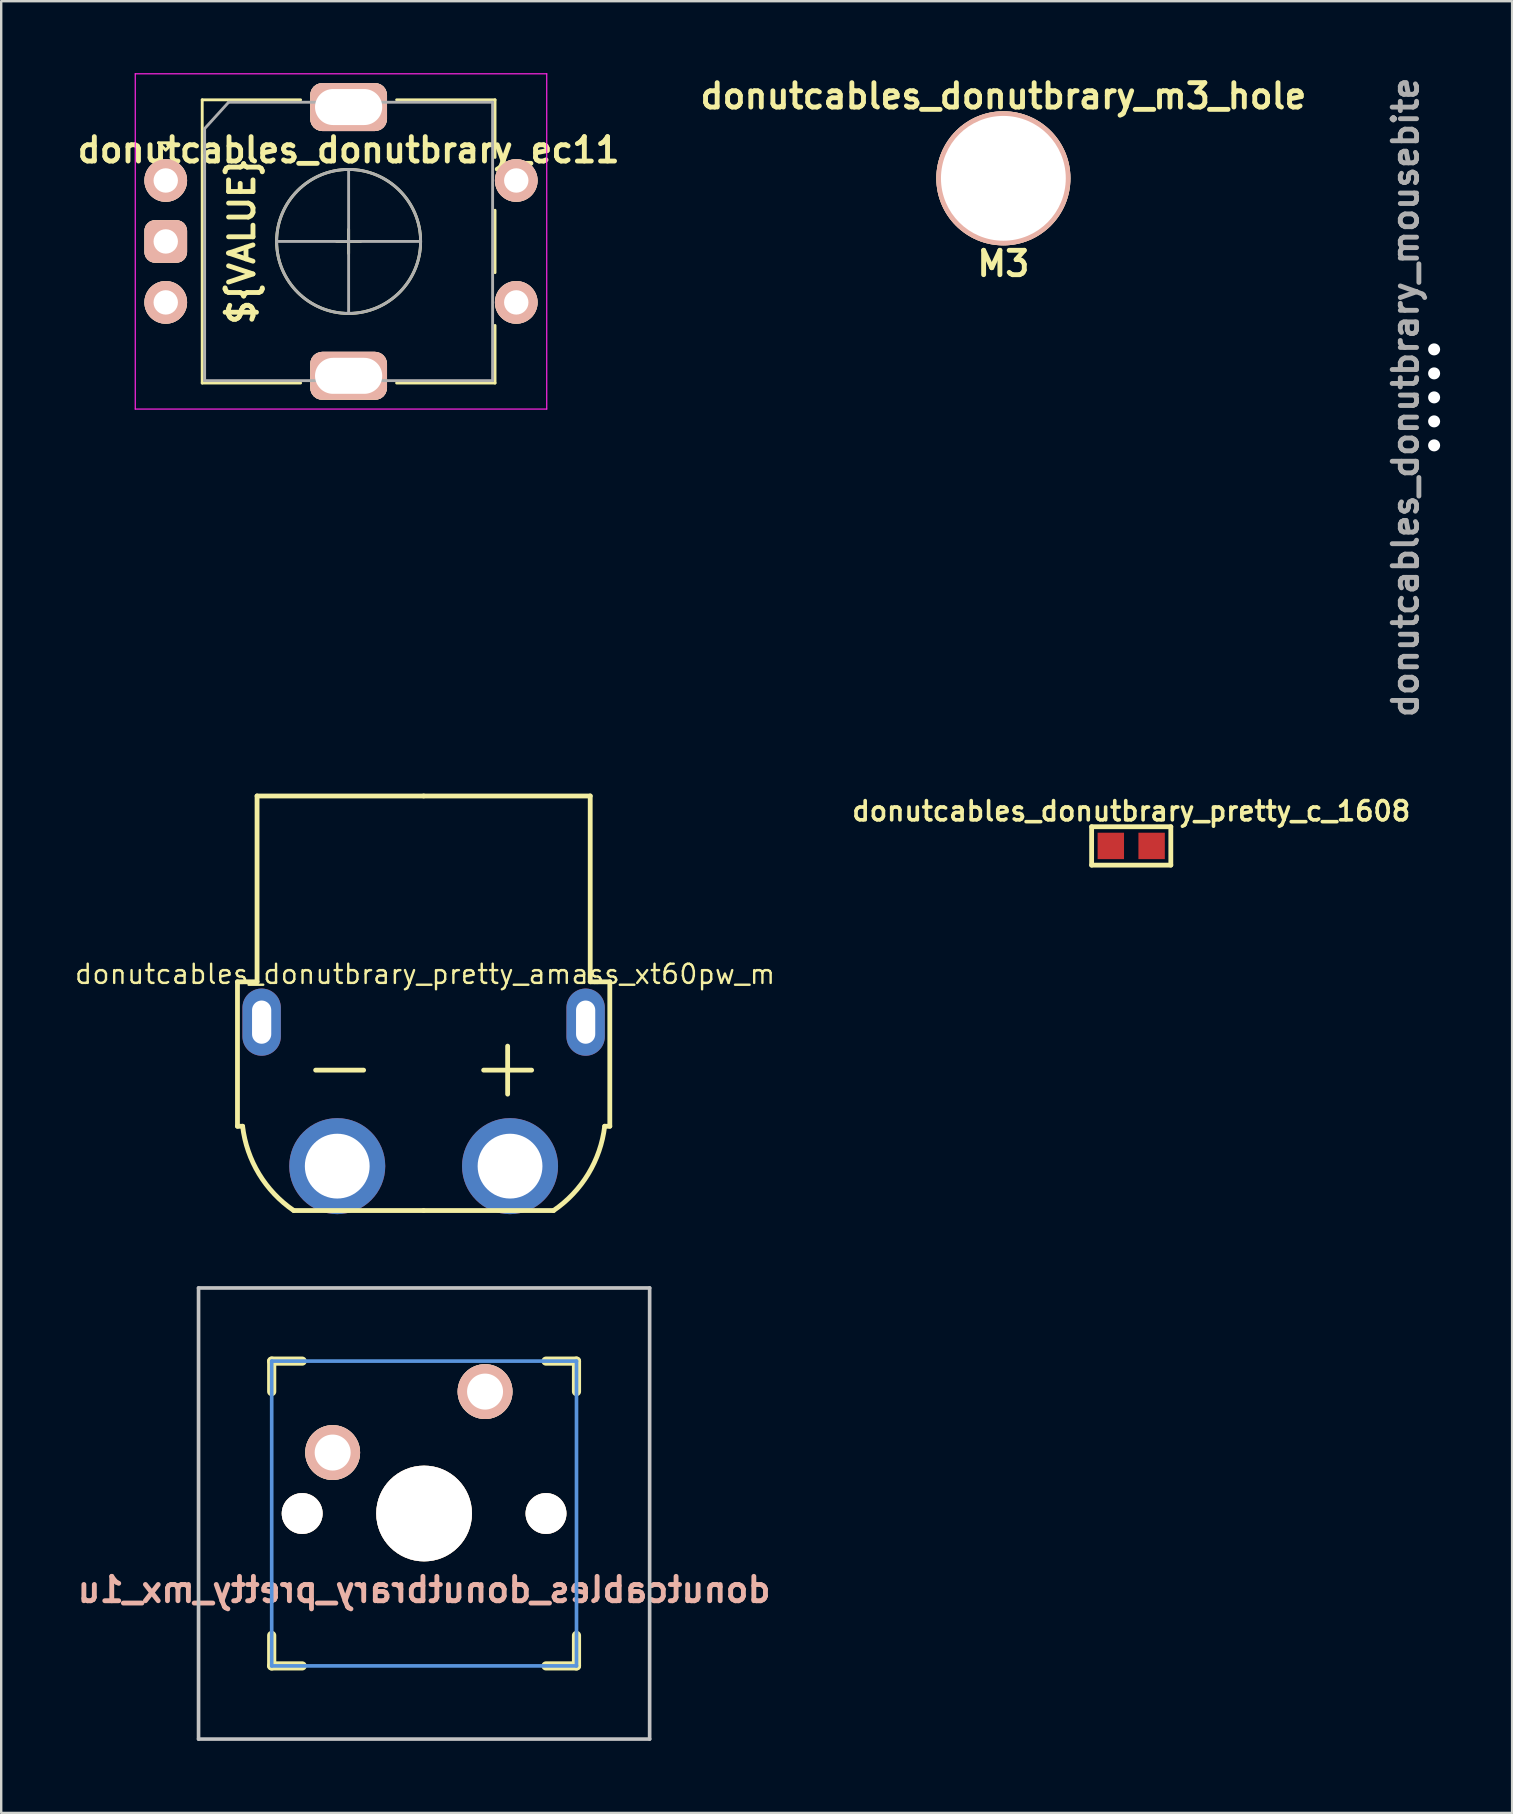
<source format=kicad_pcb>
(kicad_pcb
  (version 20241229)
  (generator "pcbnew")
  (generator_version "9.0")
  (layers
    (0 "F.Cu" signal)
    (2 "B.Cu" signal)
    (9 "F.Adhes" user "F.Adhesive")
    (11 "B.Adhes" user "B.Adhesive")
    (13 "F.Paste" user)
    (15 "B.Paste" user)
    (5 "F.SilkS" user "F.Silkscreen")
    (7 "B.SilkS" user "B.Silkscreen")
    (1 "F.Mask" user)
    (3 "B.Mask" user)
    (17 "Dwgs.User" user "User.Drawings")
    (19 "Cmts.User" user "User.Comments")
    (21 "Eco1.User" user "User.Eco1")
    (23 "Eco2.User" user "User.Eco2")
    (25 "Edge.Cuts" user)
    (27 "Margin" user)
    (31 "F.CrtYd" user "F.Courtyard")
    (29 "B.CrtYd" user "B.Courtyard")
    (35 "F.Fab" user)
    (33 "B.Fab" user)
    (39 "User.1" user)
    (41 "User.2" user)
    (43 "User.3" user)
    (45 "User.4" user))
  (footprint "donutcables_donutbrary_ec11"
    (layer "F.Cu")
    (at 11.476 7.01)
    (property "Reference" "donutcables_donutbrary_ec11" (at 0 -3.81 0) (layer "F.SilkS") (effects (font (size 1.016 1.016) (thickness 0.203))))
    (property "Value" "${VALUE}" (at 3.175 3.81 0) (layer "F.Fab") (hide yes) (effects (font (size 1.016 1.016) (thickness 0.203))))
    (attr through_hole)
    (fp_line (start -7.92 -4.11) (end -7.32 -4.11) (stroke (width 0.12) (type solid)) (layer "F.SilkS"))
    (fp_line (start -7.62 -3.81) (end -7.92 -4.11) (stroke (width 0.12) (type solid)) (layer "F.SilkS"))
    (fp_line (start -7.32 -4.11) (end -7.62 -3.81) (stroke (width 0.12) (type solid)) (layer "F.SilkS"))
    (fp_line (start -6.1 -5.9) (end -6.1 5.9) (stroke (width 0.12) (type solid)) (layer "F.SilkS"))
    (fp_line (start -2 -5.9) (end -6.1 -5.9) (stroke (width 0.12) (type solid)) (layer "F.SilkS"))
    (fp_line (start -2 5.9) (end -6.1 5.9) (stroke (width 0.12) (type solid)) (layer "F.SilkS"))
    (fp_line (start -0.5 0) (end 0.5 0) (stroke (width 0.12) (type solid)) (layer "F.SilkS"))
    (fp_line (start 0 -0.5) (end 0 0.5) (stroke (width 0.12) (type solid)) (layer "F.SilkS"))
    (fp_line (start 2 -5.9) (end 6.1 -5.9) (stroke (width 0.12) (type solid)) (layer "F.SilkS"))
    (fp_line (start 6.1 -5.9) (end 6.1 -3.5) (stroke (width 0.12) (type solid)) (layer "F.SilkS"))
    (fp_line (start 6.1 -1.3) (end 6.1 1.3) (stroke (width 0.12) (type solid)) (layer "F.SilkS"))
    (fp_line (start 6.1 3.5) (end 6.1 5.9) (stroke (width 0.12) (type solid)) (layer "F.SilkS"))
    (fp_line (start 6.1 5.9) (end 2 5.9) (stroke (width 0.12) (type solid)) (layer "F.SilkS"))
    (fp_circle (center 0 0) (end 3 0) (stroke (width 0.12) (type solid)) (fill no) (layer "F.SilkS"))
    (fp_line (start -8.89 -6.985) (end -8.89 6.985) (stroke (width 0.05) (type solid)) (layer "F.CrtYd"))
    (fp_line (start -8.89 -6.985) (end 8.255 -6.985) (stroke (width 0.05) (type solid)) (layer "F.CrtYd"))
    (fp_line (start 8.255 6.985) (end -8.89 6.985) (stroke (width 0.05) (type solid)) (layer "F.CrtYd"))
    (fp_line (start 8.255 6.985) (end 8.255 -6.985) (stroke (width 0.05) (type solid)) (layer "F.CrtYd"))
    (fp_line (start -6 -4.7) (end -5 -5.8) (stroke (width 0.12) (type solid)) (layer "F.Fab"))
    (fp_line (start -6 5.8) (end -6 -4.7) (stroke (width 0.12) (type solid)) (layer "F.Fab"))
    (fp_line (start -5 -5.8) (end 6 -5.8) (stroke (width 0.12) (type solid)) (layer "F.Fab"))
    (fp_line (start -3 0) (end 3 0) (stroke (width 0.12) (type solid)) (layer "F.Fab"))
    (fp_line (start 0 -3) (end 0 3) (stroke (width 0.12) (type solid)) (layer "F.Fab"))
    (fp_line (start 6 -5.8) (end 6 5.8) (stroke (width 0.12) (type solid)) (layer "F.Fab"))
    (fp_line (start 6 5.8) (end -6 5.8) (stroke (width 0.12) (type solid)) (layer "F.Fab"))
    (fp_circle (center 0 0) (end 3 0) (stroke (width 0.12) (type solid)) (fill no) (layer "F.Fab"))
    (fp_text user "${VALUE}" (at -4.445 0 90) (layer "F.SilkS") (effects (font (size 1.016 1.016) (thickness 0.203))))
    (pad "A" thru_hole circle (at -7.62 -2.54) (size 1.778 1.778) (drill 1.016) (layers "*.Cu" "*.SilkS" "*.Mask"))
    (pad "B" thru_hole circle (at -7.62 2.54) (size 1.778 1.778) (drill 1.016) (layers "*.Cu" "*.SilkS" "*.Mask"))
    (pad "C" thru_hole roundrect (at -7.62 0) (size 1.778 1.778) (drill 1.016) (layers "*.Cu" "*.SilkS" "*.Mask") (roundrect_rratio 0.25))
    (pad "MP" thru_hole roundrect (at 0 -5.6) (size 3.2 2) (drill oval 2.8 1.5) (layers "*.Cu" "*.SilkS" "*.Mask") (roundrect_rratio 0.25))
    (pad "MP" thru_hole roundrect (at 0 5.6) (size 3.2 2) (drill oval 2.8 1.5) (layers "*.Cu" "*.SilkS" "*.Mask") (roundrect_rratio 0.25))
    (pad "S1" thru_hole circle (at 6.985 -2.54) (size 1.778 1.778) (drill 1.016) (layers "*.Cu" "*.SilkS" "*.Mask"))
    (pad "S2" thru_hole circle (at 6.985 2.54) (size 1.778 1.778) (drill 1.016) (layers "*.Cu" "*.SilkS" "*.Mask")))
  (footprint "donutcables_donutbrary_pretty_amass_xt60pw_m"
    (layer "F.Cu")
    (at 14.602 45.54)
    (property "Reference" "donutcables_donutbrary_pretty_amass_xt60pw_m" (at 0.059 -8 0) (layer "F.SilkS") (effects (font (size 0.8 0.8) (thickness 0.1))))
    (attr through_hole)
    (fp_line (start -7.757 -7.682) (end -7.757 -1.662) (stroke (width 0.2) (type solid)) (layer "F.SilkS"))
    (fp_line (start -7.757 -1.662) (end -7.543 -1.662) (stroke (width 0.2) (type solid)) (layer "F.SilkS"))
    (fp_line (start -6.941 -15.424) (end -6.941 -7.682) (stroke (width 0.2) (type solid)) (layer "F.SilkS"))
    (fp_line (start -6.941 -15.424) (end 0 -15.424) (stroke (width 0.2) (type solid)) (layer "F.SilkS"))
    (fp_line (start -6.941 -7.682) (end -7.757 -7.682) (stroke (width 0.2) (type solid)) (layer "F.SilkS"))
    (fp_line (start -5.413 1.85) (end 0 1.85) (stroke (width 0.2) (type solid)) (layer "F.SilkS"))
    (fp_line (start -4.5 -4) (end -2.5 -4) (stroke (width 0.2) (type solid)) (layer "F.SilkS"))
    (fp_line (start 2.5 -4) (end 4.5 -4) (stroke (width 0.2) (type solid)) (layer "F.SilkS"))
    (fp_line (start 3.5 -5) (end 3.5 -3) (stroke (width 0.2) (type solid)) (layer "F.SilkS"))
    (fp_line (start 5.413 1.85) (end 0 1.85) (stroke (width 0.2) (type solid)) (layer "F.SilkS"))
    (fp_line (start 6.941 -15.424) (end 0 -15.424) (stroke (width 0.2) (type solid)) (layer "F.SilkS"))
    (fp_line (start 6.941 -15.424) (end 6.941 -7.682) (stroke (width 0.2) (type solid)) (layer "F.SilkS"))
    (fp_line (start 6.941 -7.682) (end 7.757 -7.682) (stroke (width 0.2) (type solid)) (layer "F.SilkS"))
    (fp_line (start 7.757 -7.682) (end 7.757 -1.662) (stroke (width 0.2) (type solid)) (layer "F.SilkS"))
    (fp_line (start 7.757 -1.662) (end 7.543 -1.662) (stroke (width 0.2) (type solid)) (layer "F.SilkS"))
    (fp_arc (start -5.413054 1.85) (mid -6.858863 0.324953) (end -7.543269 -1.661935) (stroke (width 0.2) (type solid)) (layer "F.SilkS"))
    (fp_arc (start 7.543269 -1.661935) (mid 6.858863 0.324952) (end 5.413054 1.85) (stroke (width 0.2) (type solid)) (layer "F.SilkS"))
    (pad "" thru_hole oval (at -6.75 -6) (size 1.6 2.8) (drill oval 0.8 1.8) (layers "*.Cu" "*.Mask"))
    (pad "" thru_hole oval (at 6.75 -6) (size 1.6 2.8) (drill oval 0.8 1.8) (layers "*.Cu" "*.Mask"))
    (pad "1" thru_hole circle (at -3.6 0) (size 4 4) (drill 2.7) (layers "*.Cu" "*.Mask"))
    (pad "2" thru_hole circle (at 3.6 0) (size 4 4) (drill 2.7) (layers "*.Cu" "*.Mask")))
  (footprint "donutcables_donutbrary_pretty_c_1608"
    (layer "F.Cu")
    (at 44.085 32.197)
    (property "Reference" "donutcables_donutbrary_pretty_c_1608" (at 0 -1.45 0) (layer "F.SilkS") (effects (font (size 0.8 0.8) (thickness 0.15))))
    (property "Value" "${VALUE}" (at 0 1.45 0) (layer "F.Fab") (hide yes) (effects (font (size 0.8 0.8) (thickness 0.15))))
    (attr through_hole)
    (fp_line (start -1.65 -0.8) (end 1.65 -0.8) (stroke (width 0.2) (type solid)) (layer "F.SilkS"))
    (fp_line (start -1.65 0.8) (end -1.65 -0.8) (stroke (width 0.2) (type solid)) (layer "F.SilkS"))
    (fp_line (start 1.65 -0.8) (end 1.65 0.8) (stroke (width 0.2) (type solid)) (layer "F.SilkS"))
    (fp_line (start 1.65 0.8) (end -1.65 0.8) (stroke (width 0.2) (type solid)) (layer "F.SilkS"))
    (pad "1" smd rect (at -0.85 0) (size 1.1 1.1) (layers "F.Cu" "F.Mask" "F.Paste"))
    (pad "2" smd rect (at 0.85 0) (size 1.1 1.1) (layers "F.Cu" "F.Mask" "F.Paste")))
  (footprint "donutcables_donutbrary_pretty_mx_1u"
    (layer "F.Cu")
    (at 14.621 60.014)
    (property "Reference" "donutcables_donutbrary_pretty_mx_1u" (at 0 3.175 0) (layer "B.SilkS") (effects (font (size 1.016 1.016) (thickness 0.203)) (justify mirror)))
    (property "Value" "${VALUE}" (at 0 5.08 0) (layer "F.Fab") (hide yes) (effects (font (size 1.016 1.016) (thickness 0.203))))
    (attr through_hole)
    (fp_line (start -6.35 -6.35) (end -5.08 -6.35) (stroke (width 0.381) (type solid)) (layer "F.SilkS"))
    (fp_line (start -6.35 -5.08) (end -6.35 -6.35) (stroke (width 0.381) (type solid)) (layer "F.SilkS"))
    (fp_line (start -6.35 6.35) (end -6.35 5.08) (stroke (width 0.381) (type solid)) (layer "F.SilkS"))
    (fp_line (start -5.08 6.35) (end -6.35 6.35) (stroke (width 0.381) (type solid)) (layer "F.SilkS"))
    (fp_line (start 5.08 -6.35) (end 6.35 -6.35) (stroke (width 0.381) (type solid)) (layer "F.SilkS"))
    (fp_line (start 6.35 -6.35) (end 6.35 -5.08) (stroke (width 0.381) (type solid)) (layer "F.SilkS"))
    (fp_line (start 6.35 5.08) (end 6.35 6.35) (stroke (width 0.381) (type solid)) (layer "F.SilkS"))
    (fp_line (start 6.35 6.35) (end 5.08 6.35) (stroke (width 0.381) (type solid)) (layer "F.SilkS"))
    (fp_line (start -9.398 -9.398) (end 9.398 -9.398) (stroke (width 0.152) (type solid)) (layer "Dwgs.User"))
    (fp_line (start -9.398 9.398) (end -9.398 -9.398) (stroke (width 0.152) (type solid)) (layer "Dwgs.User"))
    (fp_line (start 9.398 -9.398) (end 9.398 9.398) (stroke (width 0.152) (type solid)) (layer "Dwgs.User"))
    (fp_line (start 9.398 9.398) (end -9.398 9.398) (stroke (width 0.152) (type solid)) (layer "Dwgs.User"))
    (fp_line (start -6.35 -6.35) (end 6.35 -6.35) (stroke (width 0.152) (type solid)) (layer "Cmts.User"))
    (fp_line (start -6.35 6.35) (end -6.35 -6.35) (stroke (width 0.152) (type solid)) (layer "Cmts.User"))
    (fp_line (start 6.35 -6.35) (end 6.35 6.35) (stroke (width 0.152) (type solid)) (layer "Cmts.User"))
    (fp_line (start 6.35 6.35) (end -6.35 6.35) (stroke (width 0.152) (type solid)) (layer "Cmts.User"))
    (fp_line (start -6.985 -6.985) (end 6.985 -6.985) (stroke (width 0.152) (type solid)) (layer "Eco2.User"))
    (fp_line (start -6.985 6.985) (end -6.985 -6.985) (stroke (width 0.152) (type solid)) (layer "Eco2.User"))
    (fp_line (start 6.985 -6.985) (end 6.985 6.985) (stroke (width 0.152) (type solid)) (layer "Eco2.User"))
    (fp_line (start 6.985 6.985) (end -6.985 6.985) (stroke (width 0.152) (type solid)) (layer "Eco2.User"))
    (pad "" np_thru_hole circle (at -5.08 0) (size 1.702 1.702) (drill 1.702) (layers "*.Cu" "*.SilkS" "*.Mask"))
    (pad "" np_thru_hole circle (at 0 0) (size 3.988 3.988) (drill 3.988) (layers "*.Cu" "*.SilkS" "*.Mask"))
    (pad "" np_thru_hole circle (at 5.08 0) (size 1.702 1.702) (drill 1.702) (layers "*.Cu" "*.SilkS" "*.Mask"))
    (pad "1" thru_hole circle (at -3.81 -2.54) (size 2.286 2.286) (drill 1.499) (layers "*.Cu" "*.SilkS" "*.Mask"))
    (pad "2" thru_hole circle (at 2.54 -5.08) (size 2.286 2.286) (drill 1.499) (layers "*.Cu" "*.SilkS" "*.Mask")))
  (footprint "donutcables_donutbrary_mousebite"
    (layer "F.Cu")
    (at 56.706 13.508)
    (property "Reference" "donutcables_donutbrary_mousebite" (at -1.191 0 90) (layer "F.Fab") (effects (font (size 1.016 1.016) (thickness 0.203))))
    (attr through_hole)
    (pad "" np_thru_hole circle (at 0 -2) (size 0.5 0.5) (drill 0.5) (layers "*.Cu" "*.Mask"))
    (pad "" np_thru_hole circle (at 0 -1) (size 0.5 0.5) (drill 0.5) (layers "*.Cu" "*.Mask"))
    (pad "" np_thru_hole circle (at 0 0) (size 0.5 0.5) (drill 0.5) (layers "*.Cu" "*.Mask"))
    (pad "" np_thru_hole circle (at 0 1) (size 0.5 0.5) (drill 0.5) (layers "*.Cu" "*.Mask"))
    (pad "" np_thru_hole circle (at 0 2) (size 0.5 0.5) (drill 0.5) (layers "*.Cu" "*.Mask")))
  (footprint "donutcables_donutbrary_m3_hole"
    (layer "F.Cu")
    (at 38.758 4.38)
    (property "Reference" "donutcables_donutbrary_m3_hole" (at 0 -3.429 0) (layer "F.SilkS") (effects (font (size 1.016 1.016) (thickness 0.203))))
    (property "Value" "M3" (at 0 3.429 0) (layer "F.Fab") (hide yes) (effects (font (size 1.016 1.016) (thickness 0.203))))
    (attr through_hole)
    (fp_text user "${VALUE}" (at 0 3.556 0) (layer "F.SilkS") (effects (font (size 1.016 1.016) (thickness 0.203))))
    (pad "1" thru_hole circle (at 0 0) (size 5.588 5.588) (drill 5.2) (layers "*.Cu" "*.SilkS" "*.Mask")))
  (gr_rect
    (start -3 -3)
    (end 59.956 72.489)
    (stroke (width 0.1) (type default))
    (fill no)
    (layer "Edge.Cuts")))
</source>
